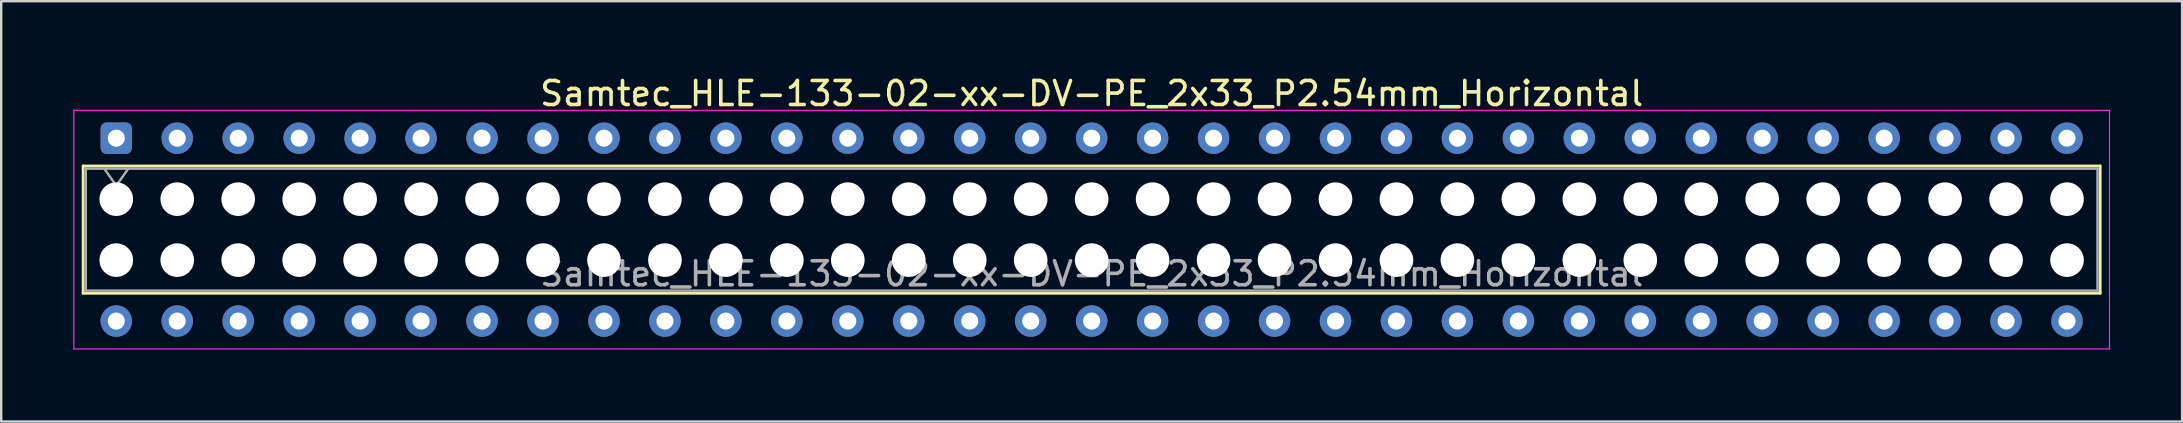
<source format=kicad_pcb>
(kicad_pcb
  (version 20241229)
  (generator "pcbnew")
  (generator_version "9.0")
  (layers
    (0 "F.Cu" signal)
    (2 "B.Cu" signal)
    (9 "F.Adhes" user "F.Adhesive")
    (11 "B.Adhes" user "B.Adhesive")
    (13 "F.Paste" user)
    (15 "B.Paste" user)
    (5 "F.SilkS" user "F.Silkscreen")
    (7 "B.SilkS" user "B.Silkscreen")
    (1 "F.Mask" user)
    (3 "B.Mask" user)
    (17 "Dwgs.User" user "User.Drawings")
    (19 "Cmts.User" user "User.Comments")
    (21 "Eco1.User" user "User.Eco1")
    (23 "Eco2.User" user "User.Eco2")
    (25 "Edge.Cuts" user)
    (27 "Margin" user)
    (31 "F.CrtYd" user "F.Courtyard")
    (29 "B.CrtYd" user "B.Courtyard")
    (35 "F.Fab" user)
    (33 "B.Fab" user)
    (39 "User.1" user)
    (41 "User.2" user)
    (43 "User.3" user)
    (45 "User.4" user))
  (footprint "Samtec_HLE-133-02-xx-DV-PE_2x33_P2.54mm_Horizontal"
    (layer "F.Cu")
    (at 1.795 2.708)
    (property "Reference" "Samtec_HLE-133-02-xx-DV-PE_2x33_P2.54mm_Horizontal" (at 40.64 -1.86 0) (layer "F.SilkS") (effects (font (size 1 1) (thickness 0.15))))
    (attr through_hole)
    (fp_line (start -1.38 1.16) (end 82.66 1.16) (stroke (width 0.12) (type solid)) (layer "F.SilkS"))
    (fp_line (start -1.38 6.46) (end -1.38 1.16) (stroke (width 0.12) (type solid)) (layer "F.SilkS"))
    (fp_line (start 82.66 1.16) (end 82.66 6.46) (stroke (width 0.12) (type solid)) (layer "F.SilkS"))
    (fp_line (start 82.66 6.46) (end -1.38 6.46) (stroke (width 0.12) (type solid)) (layer "F.SilkS"))
    (fp_line (start -1.77 -1.16) (end 83.05 -1.16) (stroke (width 0.05) (type solid)) (layer "F.CrtYd"))
    (fp_line (start -1.77 8.78) (end -1.77 -1.16) (stroke (width 0.05) (type solid)) (layer "F.CrtYd"))
    (fp_line (start 83.05 -1.16) (end 83.05 8.78) (stroke (width 0.05) (type solid)) (layer "F.CrtYd"))
    (fp_line (start 83.05 8.78) (end -1.77 8.78) (stroke (width 0.05) (type solid)) (layer "F.CrtYd"))
    (fp_line (start -1.27 1.27) (end 82.55 1.27) (stroke (width 0.1) (type solid)) (layer "F.Fab"))
    (fp_line (start -1.27 6.35) (end -1.27 1.27) (stroke (width 0.1) (type solid)) (layer "F.Fab"))
    (fp_line (start -0.5 1.27) (end 0 1.977) (stroke (width 0.1) (type solid)) (layer "F.Fab"))
    (fp_line (start 0 1.977) (end 0.5 1.27) (stroke (width 0.1) (type solid)) (layer "F.Fab"))
    (fp_line (start 82.55 1.27) (end 82.55 6.35) (stroke (width 0.1) (type solid)) (layer "F.Fab"))
    (fp_line (start 82.55 6.35) (end -1.27 6.35) (stroke (width 0.1) (type solid)) (layer "F.Fab"))
    (fp_text user "${REFERENCE}" (at 40.64 5.65 0) (layer "F.Fab") (effects (font (size 1 1) (thickness 0.15))))
    (pad "" np_thru_hole circle (at 0 2.54) (size 1.4 1.4) (drill 1.4) (layers "*.Cu" "*.Mask"))
    (pad "" np_thru_hole circle (at 0 5.08) (size 1.4 1.4) (drill 1.4) (layers "*.Cu" "*.Mask"))
    (pad "" np_thru_hole circle (at 2.54 2.54) (size 1.4 1.4) (drill 1.4) (layers "*.Cu" "*.Mask"))
    (pad "" np_thru_hole circle (at 2.54 5.08) (size 1.4 1.4) (drill 1.4) (layers "*.Cu" "*.Mask"))
    (pad "" np_thru_hole circle (at 5.08 2.54) (size 1.4 1.4) (drill 1.4) (layers "*.Cu" "*.Mask"))
    (pad "" np_thru_hole circle (at 5.08 5.08) (size 1.4 1.4) (drill 1.4) (layers "*.Cu" "*.Mask"))
    (pad "" np_thru_hole circle (at 7.62 2.54) (size 1.4 1.4) (drill 1.4) (layers "*.Cu" "*.Mask"))
    (pad "" np_thru_hole circle (at 7.62 5.08) (size 1.4 1.4) (drill 1.4) (layers "*.Cu" "*.Mask"))
    (pad "" np_thru_hole circle (at 10.16 2.54) (size 1.4 1.4) (drill 1.4) (layers "*.Cu" "*.Mask"))
    (pad "" np_thru_hole circle (at 10.16 5.08) (size 1.4 1.4) (drill 1.4) (layers "*.Cu" "*.Mask"))
    (pad "" np_thru_hole circle (at 12.7 2.54) (size 1.4 1.4) (drill 1.4) (layers "*.Cu" "*.Mask"))
    (pad "" np_thru_hole circle (at 12.7 5.08) (size 1.4 1.4) (drill 1.4) (layers "*.Cu" "*.Mask"))
    (pad "" np_thru_hole circle (at 15.24 2.54) (size 1.4 1.4) (drill 1.4) (layers "*.Cu" "*.Mask"))
    (pad "" np_thru_hole circle (at 15.24 5.08) (size 1.4 1.4) (drill 1.4) (layers "*.Cu" "*.Mask"))
    (pad "" np_thru_hole circle (at 17.78 2.54) (size 1.4 1.4) (drill 1.4) (layers "*.Cu" "*.Mask"))
    (pad "" np_thru_hole circle (at 17.78 5.08) (size 1.4 1.4) (drill 1.4) (layers "*.Cu" "*.Mask"))
    (pad "" np_thru_hole circle (at 20.32 2.54) (size 1.4 1.4) (drill 1.4) (layers "*.Cu" "*.Mask"))
    (pad "" np_thru_hole circle (at 20.32 5.08) (size 1.4 1.4) (drill 1.4) (layers "*.Cu" "*.Mask"))
    (pad "" np_thru_hole circle (at 22.86 2.54) (size 1.4 1.4) (drill 1.4) (layers "*.Cu" "*.Mask"))
    (pad "" np_thru_hole circle (at 22.86 5.08) (size 1.4 1.4) (drill 1.4) (layers "*.Cu" "*.Mask"))
    (pad "" np_thru_hole circle (at 25.4 2.54) (size 1.4 1.4) (drill 1.4) (layers "*.Cu" "*.Mask"))
    (pad "" np_thru_hole circle (at 25.4 5.08) (size 1.4 1.4) (drill 1.4) (layers "*.Cu" "*.Mask"))
    (pad "" np_thru_hole circle (at 27.94 2.54) (size 1.4 1.4) (drill 1.4) (layers "*.Cu" "*.Mask"))
    (pad "" np_thru_hole circle (at 27.94 5.08) (size 1.4 1.4) (drill 1.4) (layers "*.Cu" "*.Mask"))
    (pad "" np_thru_hole circle (at 30.48 2.54) (size 1.4 1.4) (drill 1.4) (layers "*.Cu" "*.Mask"))
    (pad "" np_thru_hole circle (at 30.48 5.08) (size 1.4 1.4) (drill 1.4) (layers "*.Cu" "*.Mask"))
    (pad "" np_thru_hole circle (at 33.02 2.54) (size 1.4 1.4) (drill 1.4) (layers "*.Cu" "*.Mask"))
    (pad "" np_thru_hole circle (at 33.02 5.08) (size 1.4 1.4) (drill 1.4) (layers "*.Cu" "*.Mask"))
    (pad "" np_thru_hole circle (at 35.56 2.54) (size 1.4 1.4) (drill 1.4) (layers "*.Cu" "*.Mask"))
    (pad "" np_thru_hole circle (at 35.56 5.08) (size 1.4 1.4) (drill 1.4) (layers "*.Cu" "*.Mask"))
    (pad "" np_thru_hole circle (at 38.1 2.54) (size 1.4 1.4) (drill 1.4) (layers "*.Cu" "*.Mask"))
    (pad "" np_thru_hole circle (at 38.1 5.08) (size 1.4 1.4) (drill 1.4) (layers "*.Cu" "*.Mask"))
    (pad "" np_thru_hole circle (at 40.64 2.54) (size 1.4 1.4) (drill 1.4) (layers "*.Cu" "*.Mask"))
    (pad "" np_thru_hole circle (at 40.64 5.08) (size 1.4 1.4) (drill 1.4) (layers "*.Cu" "*.Mask"))
    (pad "" np_thru_hole circle (at 43.18 2.54) (size 1.4 1.4) (drill 1.4) (layers "*.Cu" "*.Mask"))
    (pad "" np_thru_hole circle (at 43.18 5.08) (size 1.4 1.4) (drill 1.4) (layers "*.Cu" "*.Mask"))
    (pad "" np_thru_hole circle (at 45.72 2.54) (size 1.4 1.4) (drill 1.4) (layers "*.Cu" "*.Mask"))
    (pad "" np_thru_hole circle (at 45.72 5.08) (size 1.4 1.4) (drill 1.4) (layers "*.Cu" "*.Mask"))
    (pad "" np_thru_hole circle (at 48.26 2.54) (size 1.4 1.4) (drill 1.4) (layers "*.Cu" "*.Mask"))
    (pad "" np_thru_hole circle (at 48.26 5.08) (size 1.4 1.4) (drill 1.4) (layers "*.Cu" "*.Mask"))
    (pad "" np_thru_hole circle (at 50.8 2.54) (size 1.4 1.4) (drill 1.4) (layers "*.Cu" "*.Mask"))
    (pad "" np_thru_hole circle (at 50.8 5.08) (size 1.4 1.4) (drill 1.4) (layers "*.Cu" "*.Mask"))
    (pad "" np_thru_hole circle (at 53.34 2.54) (size 1.4 1.4) (drill 1.4) (layers "*.Cu" "*.Mask"))
    (pad "" np_thru_hole circle (at 53.34 5.08) (size 1.4 1.4) (drill 1.4) (layers "*.Cu" "*.Mask"))
    (pad "" np_thru_hole circle (at 55.88 2.54) (size 1.4 1.4) (drill 1.4) (layers "*.Cu" "*.Mask"))
    (pad "" np_thru_hole circle (at 55.88 5.08) (size 1.4 1.4) (drill 1.4) (layers "*.Cu" "*.Mask"))
    (pad "" np_thru_hole circle (at 58.42 2.54) (size 1.4 1.4) (drill 1.4) (layers "*.Cu" "*.Mask"))
    (pad "" np_thru_hole circle (at 58.42 5.08) (size 1.4 1.4) (drill 1.4) (layers "*.Cu" "*.Mask"))
    (pad "" np_thru_hole circle (at 60.96 2.54) (size 1.4 1.4) (drill 1.4) (layers "*.Cu" "*.Mask"))
    (pad "" np_thru_hole circle (at 60.96 5.08) (size 1.4 1.4) (drill 1.4) (layers "*.Cu" "*.Mask"))
    (pad "" np_thru_hole circle (at 63.5 2.54) (size 1.4 1.4) (drill 1.4) (layers "*.Cu" "*.Mask"))
    (pad "" np_thru_hole circle (at 63.5 5.08) (size 1.4 1.4) (drill 1.4) (layers "*.Cu" "*.Mask"))
    (pad "" np_thru_hole circle (at 66.04 2.54) (size 1.4 1.4) (drill 1.4) (layers "*.Cu" "*.Mask"))
    (pad "" np_thru_hole circle (at 66.04 5.08) (size 1.4 1.4) (drill 1.4) (layers "*.Cu" "*.Mask"))
    (pad "" np_thru_hole circle (at 68.58 2.54) (size 1.4 1.4) (drill 1.4) (layers "*.Cu" "*.Mask"))
    (pad "" np_thru_hole circle (at 68.58 5.08) (size 1.4 1.4) (drill 1.4) (layers "*.Cu" "*.Mask"))
    (pad "" np_thru_hole circle (at 71.12 2.54) (size 1.4 1.4) (drill 1.4) (layers "*.Cu" "*.Mask"))
    (pad "" np_thru_hole circle (at 71.12 5.08) (size 1.4 1.4) (drill 1.4) (layers "*.Cu" "*.Mask"))
    (pad "" np_thru_hole circle (at 73.66 2.54) (size 1.4 1.4) (drill 1.4) (layers "*.Cu" "*.Mask"))
    (pad "" np_thru_hole circle (at 73.66 5.08) (size 1.4 1.4) (drill 1.4) (layers "*.Cu" "*.Mask"))
    (pad "" np_thru_hole circle (at 76.2 2.54) (size 1.4 1.4) (drill 1.4) (layers "*.Cu" "*.Mask"))
    (pad "" np_thru_hole circle (at 76.2 5.08) (size 1.4 1.4) (drill 1.4) (layers "*.Cu" "*.Mask"))
    (pad "" np_thru_hole circle (at 78.74 2.54) (size 1.4 1.4) (drill 1.4) (layers "*.Cu" "*.Mask"))
    (pad "" np_thru_hole circle (at 78.74 5.08) (size 1.4 1.4) (drill 1.4) (layers "*.Cu" "*.Mask"))
    (pad "" np_thru_hole circle (at 81.28 2.54) (size 1.4 1.4) (drill 1.4) (layers "*.Cu" "*.Mask"))
    (pad "" np_thru_hole circle (at 81.28 5.08) (size 1.4 1.4) (drill 1.4) (layers "*.Cu" "*.Mask"))
    (pad "1" thru_hole roundrect (at 0 0) (size 1.31 1.31) (drill 0.71) (layers "*.Cu" "*.Mask") (roundrect_rratio 0.191))
    (pad "2" thru_hole circle (at 0 7.62) (size 1.31 1.31) (drill 0.71) (layers "*.Cu" "*.Mask"))
    (pad "3" thru_hole circle (at 2.54 0) (size 1.31 1.31) (drill 0.71) (layers "*.Cu" "*.Mask"))
    (pad "4" thru_hole circle (at 2.54 7.62) (size 1.31 1.31) (drill 0.71) (layers "*.Cu" "*.Mask"))
    (pad "5" thru_hole circle (at 5.08 0) (size 1.31 1.31) (drill 0.71) (layers "*.Cu" "*.Mask"))
    (pad "6" thru_hole circle (at 5.08 7.62) (size 1.31 1.31) (drill 0.71) (layers "*.Cu" "*.Mask"))
    (pad "7" thru_hole circle (at 7.62 0) (size 1.31 1.31) (drill 0.71) (layers "*.Cu" "*.Mask"))
    (pad "8" thru_hole circle (at 7.62 7.62) (size 1.31 1.31) (drill 0.71) (layers "*.Cu" "*.Mask"))
    (pad "9" thru_hole circle (at 10.16 0) (size 1.31 1.31) (drill 0.71) (layers "*.Cu" "*.Mask"))
    (pad "10" thru_hole circle (at 10.16 7.62) (size 1.31 1.31) (drill 0.71) (layers "*.Cu" "*.Mask"))
    (pad "11" thru_hole circle (at 12.7 0) (size 1.31 1.31) (drill 0.71) (layers "*.Cu" "*.Mask"))
    (pad "12" thru_hole circle (at 12.7 7.62) (size 1.31 1.31) (drill 0.71) (layers "*.Cu" "*.Mask"))
    (pad "13" thru_hole circle (at 15.24 0) (size 1.31 1.31) (drill 0.71) (layers "*.Cu" "*.Mask"))
    (pad "14" thru_hole circle (at 15.24 7.62) (size 1.31 1.31) (drill 0.71) (layers "*.Cu" "*.Mask"))
    (pad "15" thru_hole circle (at 17.78 0) (size 1.31 1.31) (drill 0.71) (layers "*.Cu" "*.Mask"))
    (pad "16" thru_hole circle (at 17.78 7.62) (size 1.31 1.31) (drill 0.71) (layers "*.Cu" "*.Mask"))
    (pad "17" thru_hole circle (at 20.32 0) (size 1.31 1.31) (drill 0.71) (layers "*.Cu" "*.Mask"))
    (pad "18" thru_hole circle (at 20.32 7.62) (size 1.31 1.31) (drill 0.71) (layers "*.Cu" "*.Mask"))
    (pad "19" thru_hole circle (at 22.86 0) (size 1.31 1.31) (drill 0.71) (layers "*.Cu" "*.Mask"))
    (pad "20" thru_hole circle (at 22.86 7.62) (size 1.31 1.31) (drill 0.71) (layers "*.Cu" "*.Mask"))
    (pad "21" thru_hole circle (at 25.4 0) (size 1.31 1.31) (drill 0.71) (layers "*.Cu" "*.Mask"))
    (pad "22" thru_hole circle (at 25.4 7.62) (size 1.31 1.31) (drill 0.71) (layers "*.Cu" "*.Mask"))
    (pad "23" thru_hole circle (at 27.94 0) (size 1.31 1.31) (drill 0.71) (layers "*.Cu" "*.Mask"))
    (pad "24" thru_hole circle (at 27.94 7.62) (size 1.31 1.31) (drill 0.71) (layers "*.Cu" "*.Mask"))
    (pad "25" thru_hole circle (at 30.48 0) (size 1.31 1.31) (drill 0.71) (layers "*.Cu" "*.Mask"))
    (pad "26" thru_hole circle (at 30.48 7.62) (size 1.31 1.31) (drill 0.71) (layers "*.Cu" "*.Mask"))
    (pad "27" thru_hole circle (at 33.02 0) (size 1.31 1.31) (drill 0.71) (layers "*.Cu" "*.Mask"))
    (pad "28" thru_hole circle (at 33.02 7.62) (size 1.31 1.31) (drill 0.71) (layers "*.Cu" "*.Mask"))
    (pad "29" thru_hole circle (at 35.56 0) (size 1.31 1.31) (drill 0.71) (layers "*.Cu" "*.Mask"))
    (pad "30" thru_hole circle (at 35.56 7.62) (size 1.31 1.31) (drill 0.71) (layers "*.Cu" "*.Mask"))
    (pad "31" thru_hole circle (at 38.1 0) (size 1.31 1.31) (drill 0.71) (layers "*.Cu" "*.Mask"))
    (pad "32" thru_hole circle (at 38.1 7.62) (size 1.31 1.31) (drill 0.71) (layers "*.Cu" "*.Mask"))
    (pad "33" thru_hole circle (at 40.64 0) (size 1.31 1.31) (drill 0.71) (layers "*.Cu" "*.Mask"))
    (pad "34" thru_hole circle (at 40.64 7.62) (size 1.31 1.31) (drill 0.71) (layers "*.Cu" "*.Mask"))
    (pad "35" thru_hole circle (at 43.18 0) (size 1.31 1.31) (drill 0.71) (layers "*.Cu" "*.Mask"))
    (pad "36" thru_hole circle (at 43.18 7.62) (size 1.31 1.31) (drill 0.71) (layers "*.Cu" "*.Mask"))
    (pad "37" thru_hole circle (at 45.72 0) (size 1.31 1.31) (drill 0.71) (layers "*.Cu" "*.Mask"))
    (pad "38" thru_hole circle (at 45.72 7.62) (size 1.31 1.31) (drill 0.71) (layers "*.Cu" "*.Mask"))
    (pad "39" thru_hole circle (at 48.26 0) (size 1.31 1.31) (drill 0.71) (layers "*.Cu" "*.Mask"))
    (pad "40" thru_hole circle (at 48.26 7.62) (size 1.31 1.31) (drill 0.71) (layers "*.Cu" "*.Mask"))
    (pad "41" thru_hole circle (at 50.8 0) (size 1.31 1.31) (drill 0.71) (layers "*.Cu" "*.Mask"))
    (pad "42" thru_hole circle (at 50.8 7.62) (size 1.31 1.31) (drill 0.71) (layers "*.Cu" "*.Mask"))
    (pad "43" thru_hole circle (at 53.34 0) (size 1.31 1.31) (drill 0.71) (layers "*.Cu" "*.Mask"))
    (pad "44" thru_hole circle (at 53.34 7.62) (size 1.31 1.31) (drill 0.71) (layers "*.Cu" "*.Mask"))
    (pad "45" thru_hole circle (at 55.88 0) (size 1.31 1.31) (drill 0.71) (layers "*.Cu" "*.Mask"))
    (pad "46" thru_hole circle (at 55.88 7.62) (size 1.31 1.31) (drill 0.71) (layers "*.Cu" "*.Mask"))
    (pad "47" thru_hole circle (at 58.42 0) (size 1.31 1.31) (drill 0.71) (layers "*.Cu" "*.Mask"))
    (pad "48" thru_hole circle (at 58.42 7.62) (size 1.31 1.31) (drill 0.71) (layers "*.Cu" "*.Mask"))
    (pad "49" thru_hole circle (at 60.96 0) (size 1.31 1.31) (drill 0.71) (layers "*.Cu" "*.Mask"))
    (pad "50" thru_hole circle (at 60.96 7.62) (size 1.31 1.31) (drill 0.71) (layers "*.Cu" "*.Mask"))
    (pad "51" thru_hole circle (at 63.5 0) (size 1.31 1.31) (drill 0.71) (layers "*.Cu" "*.Mask"))
    (pad "52" thru_hole circle (at 63.5 7.62) (size 1.31 1.31) (drill 0.71) (layers "*.Cu" "*.Mask"))
    (pad "53" thru_hole circle (at 66.04 0) (size 1.31 1.31) (drill 0.71) (layers "*.Cu" "*.Mask"))
    (pad "54" thru_hole circle (at 66.04 7.62) (size 1.31 1.31) (drill 0.71) (layers "*.Cu" "*.Mask"))
    (pad "55" thru_hole circle (at 68.58 0) (size 1.31 1.31) (drill 0.71) (layers "*.Cu" "*.Mask"))
    (pad "56" thru_hole circle (at 68.58 7.62) (size 1.31 1.31) (drill 0.71) (layers "*.Cu" "*.Mask"))
    (pad "57" thru_hole circle (at 71.12 0) (size 1.31 1.31) (drill 0.71) (layers "*.Cu" "*.Mask"))
    (pad "58" thru_hole circle (at 71.12 7.62) (size 1.31 1.31) (drill 0.71) (layers "*.Cu" "*.Mask"))
    (pad "59" thru_hole circle (at 73.66 0) (size 1.31 1.31) (drill 0.71) (layers "*.Cu" "*.Mask"))
    (pad "60" thru_hole circle (at 73.66 7.62) (size 1.31 1.31) (drill 0.71) (layers "*.Cu" "*.Mask"))
    (pad "61" thru_hole circle (at 76.2 0) (size 1.31 1.31) (drill 0.71) (layers "*.Cu" "*.Mask"))
    (pad "62" thru_hole circle (at 76.2 7.62) (size 1.31 1.31) (drill 0.71) (layers "*.Cu" "*.Mask"))
    (pad "63" thru_hole circle (at 78.74 0) (size 1.31 1.31) (drill 0.71) (layers "*.Cu" "*.Mask"))
    (pad "64" thru_hole circle (at 78.74 7.62) (size 1.31 1.31) (drill 0.71) (layers "*.Cu" "*.Mask"))
    (pad "65" thru_hole circle (at 81.28 0) (size 1.31 1.31) (drill 0.71) (layers "*.Cu" "*.Mask"))
    (pad "66" thru_hole circle (at 81.28 7.62) (size 1.31 1.31) (drill 0.71) (layers "*.Cu" "*.Mask")))
  (gr_rect
    (start -3 -3)
    (end 87.87 14.513)
    (stroke (width 0.1) (type default))
    (fill no)
    (layer "Edge.Cuts")))
</source>
